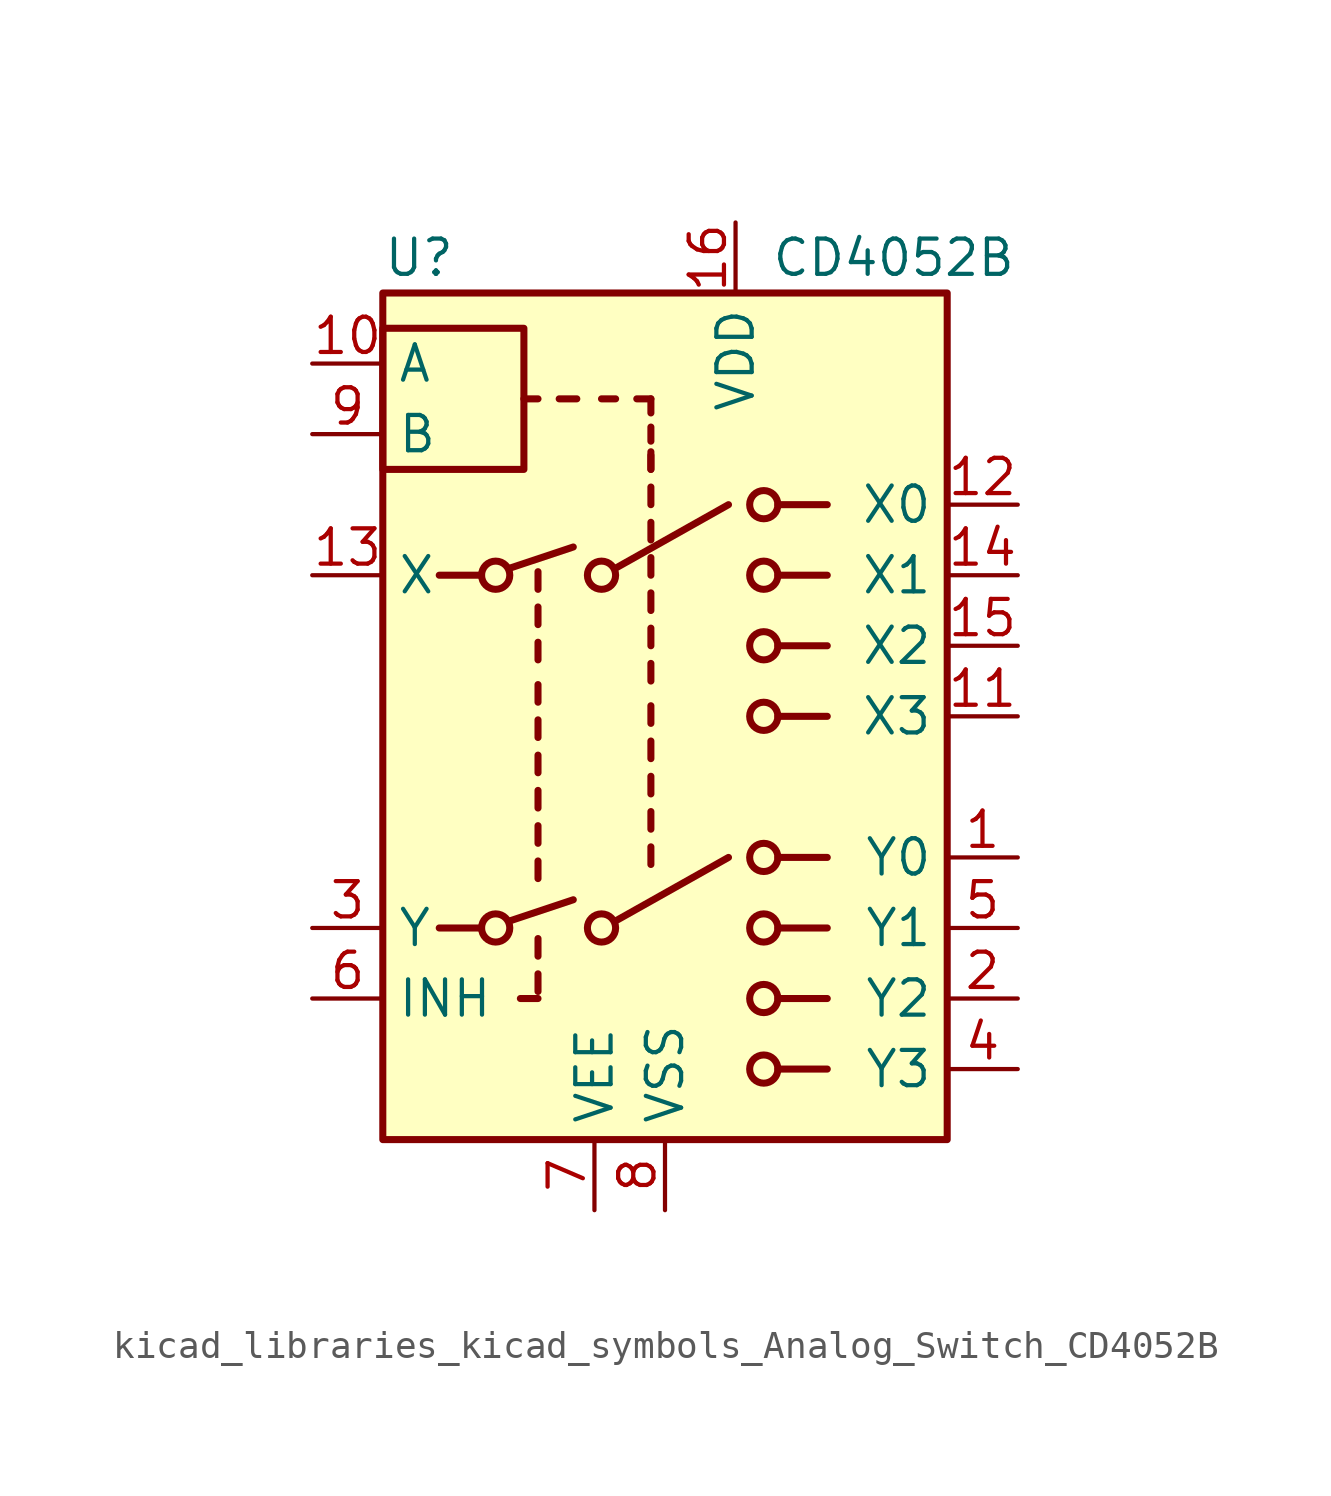
<source format=kicad_sym>
(kicad_symbol_lib
  (version 20220914)
  (generator kicad_symbol_editor)
  (symbol "kicad_libraries_kicad_symbols_Analog_Switch_CD4052B"
    (property "Reference" "U"
      (at -10.16 16.51 0)
      (effects (font (size 1.27 1.27)) (justify left)))
    (property "Value" "CD4052B"
      (at 3.81 16.51 0)
      (effects (font (size 1.27 1.27)) (justify left)))
    (symbol "kicad_libraries_kicad_symbols_Analog_Switch_CD4052B_0_1"
      (rectangle (start -10.16 8.89) (end -5.08 13.97) (stroke (width 0.254) (type default)) (fill (type none)))
      (rectangle (start -10.16 15.24) (end 10.16 -15.24) (stroke (width 0.254) (type default)) (fill (type background)))
      (circle (center -6.096 -7.62) (radius 0.508) (stroke (width 0.254) (type default)) (fill (type none)))
      (circle (center -6.096 5.08) (radius 0.508) (stroke (width 0.254) (type default)) (fill (type none)))
      (circle (center -2.286 -7.62) (radius 0.508) (stroke (width 0.254) (type default)) (fill (type none)))
      (circle (center -2.286 5.08) (radius 0.508) (stroke (width 0.254) (type default)) (fill (type none)))
      (polyline (pts (xy -8.128 -7.62) (xy -6.604 -7.62)) (stroke (width 0.254) (type default)) (fill (type none)))
      (polyline (pts (xy -8.128 5.08) (xy -6.604 5.08)) (stroke (width 0.254) (type default)) (fill (type none)))
      (polyline (pts (xy -5.588 -7.366) (xy -3.302 -6.604)) (stroke (width 0.254) (type default)) (fill (type none)))
      (polyline (pts (xy -5.588 5.334) (xy -3.302 6.096)) (stroke (width 0.254) (type default)) (fill (type none)))
      (polyline (pts (xy -4.572 -10.16) (xy -5.207 -10.16)) (stroke (width 0.254) (type default)) (fill (type none)))
      (polyline (pts (xy -4.572 -9.906) (xy -4.572 -9.271)) (stroke (width 0.254) (type default)) (fill (type none)))
      (polyline (pts (xy -4.572 -8.636) (xy -4.572 -8.001)) (stroke (width 0.254) (type default)) (fill (type none)))
      (polyline (pts (xy -4.572 -5.842) (xy -4.572 -5.207)) (stroke (width 0.254) (type default)) (fill (type none)))
      (polyline (pts (xy -4.572 -4.572) (xy -4.572 -3.937)) (stroke (width 0.254) (type default)) (fill (type none)))
      (polyline (pts (xy -4.572 -3.302) (xy -4.572 -2.667)) (stroke (width 0.254) (type default)) (fill (type none)))
      (polyline (pts (xy -4.572 -2.032) (xy -4.572 -1.397)) (stroke (width 0.254) (type default)) (fill (type none)))
      (polyline (pts (xy -4.572 -0.762) (xy -4.572 -0.127)) (stroke (width 0.254) (type default)) (fill (type none)))
      (polyline (pts (xy -4.572 0.508) (xy -4.572 1.143)) (stroke (width 0.254) (type default)) (fill (type none)))
      (polyline (pts (xy -4.572 2.032) (xy -4.572 2.667)) (stroke (width 0.254) (type default)) (fill (type none)))
      (polyline (pts (xy -4.572 3.302) (xy -4.572 3.937)) (stroke (width 0.254) (type default)) (fill (type none)))
      (polyline (pts (xy -4.572 4.572) (xy -4.572 5.207)) (stroke (width 0.254) (type default)) (fill (type none)))
      (polyline (pts (xy -4.572 11.43) (xy -5.08 11.43)) (stroke (width 0.254) (type default)) (fill (type none)))
      (polyline (pts (xy -3.81 11.43) (xy -3.175 11.43)) (stroke (width 0.254) (type default)) (fill (type none)))
      (polyline (pts (xy -1.778 -7.366) (xy 2.286 -5.08)) (stroke (width 0.254) (type default)) (fill (type none)))
      (polyline (pts (xy -1.778 5.334) (xy 2.286 7.62)) (stroke (width 0.254) (type default)) (fill (type none)))
      (polyline (pts (xy -1.778 11.43) (xy -2.286 11.43)) (stroke (width 0.254) (type default)) (fill (type none)))
      (polyline (pts (xy -0.508 -5.334) (xy -0.508 -4.699)) (stroke (width 0.254) (type default)) (fill (type none)))
      (polyline (pts (xy -0.508 -4.064) (xy -0.508 -3.429)) (stroke (width 0.254) (type default)) (fill (type none)))
      (polyline (pts (xy -0.508 -2.794) (xy -0.508 -2.159)) (stroke (width 0.254) (type default)) (fill (type none)))
      (polyline (pts (xy -0.508 -1.524) (xy -0.508 -0.889)) (stroke (width 0.254) (type default)) (fill (type none)))
      (polyline (pts (xy -0.508 -0.254) (xy -0.508 0.381)) (stroke (width 0.254) (type default)) (fill (type none)))
      (polyline (pts (xy -0.508 1.27) (xy -0.508 1.905)) (stroke (width 0.254) (type default)) (fill (type none)))
      (polyline (pts (xy -0.508 2.54) (xy -0.508 3.175)) (stroke (width 0.254) (type default)) (fill (type none)))
      (polyline (pts (xy -0.508 3.81) (xy -0.508 4.445)) (stroke (width 0.254) (type default)) (fill (type none)))
      (polyline (pts (xy -0.508 5.08) (xy -0.508 5.715)) (stroke (width 0.254) (type default)) (fill (type none)))
      (polyline (pts (xy -0.508 6.35) (xy -0.508 6.985)) (stroke (width 0.254) (type default)) (fill (type none)))
      (polyline (pts (xy -0.508 7.62) (xy -0.508 8.255)) (stroke (width 0.254) (type default)) (fill (type none)))
      (polyline (pts (xy -0.508 8.89) (xy -0.508 9.398)) (stroke (width 0.254) (type default)) (fill (type none)))
      (polyline (pts (xy -0.508 8.89) (xy -0.508 9.525)) (stroke (width 0.254) (type default)) (fill (type none)))
      (polyline (pts (xy -0.508 9.906) (xy -0.508 10.414)) (stroke (width 0.254) (type default)) (fill (type none)))
      (polyline (pts (xy -0.508 10.922) (xy -0.508 11.43)) (stroke (width 0.254) (type default)) (fill (type none)))
      (polyline (pts (xy -0.508 11.43) (xy -1.016 11.43)) (stroke (width 0.254) (type default)) (fill (type none)))
      (polyline (pts (xy 4.064 -12.7) (xy 5.842 -12.7)) (stroke (width 0.254) (type default)) (fill (type none)))
      (polyline (pts (xy 4.064 -10.16) (xy 5.842 -10.16)) (stroke (width 0.254) (type default)) (fill (type none)))
      (polyline (pts (xy 4.064 -7.62) (xy 5.842 -7.62)) (stroke (width 0.254) (type default)) (fill (type none)))
      (polyline (pts (xy 4.064 -5.08) (xy 5.842 -5.08)) (stroke (width 0.254) (type default)) (fill (type none)))
      (polyline (pts (xy 4.064 0) (xy 5.842 0)) (stroke (width 0.254) (type default)) (fill (type none)))
      (polyline (pts (xy 4.064 2.54) (xy 5.842 2.54)) (stroke (width 0.254) (type default)) (fill (type none)))
      (polyline (pts (xy 4.064 5.08) (xy 5.842 5.08)) (stroke (width 0.254) (type default)) (fill (type none)))
      (polyline (pts (xy 4.064 7.62) (xy 5.842 7.62)) (stroke (width 0.254) (type default)) (fill (type none)))
      (circle (center 3.556 -12.7) (radius 0.508) (stroke (width 0.254) (type default)) (fill (type none)))
      (circle (center 3.556 -10.16) (radius 0.508) (stroke (width 0.254) (type default)) (fill (type none)))
      (circle (center 3.556 -7.62) (radius 0.508) (stroke (width 0.254) (type default)) (fill (type none)))
      (circle (center 3.556 -5.08) (radius 0.508) (stroke (width 0.254) (type default)) (fill (type none)))
      (circle (center 3.556 0) (radius 0.508) (stroke (width 0.254) (type default)) (fill (type none)))
      (circle (center 3.556 2.54) (radius 0.508) (stroke (width 0.254) (type default)) (fill (type none)))
      (circle (center 3.556 5.08) (radius 0.508) (stroke (width 0.254) (type default)) (fill (type none)))
      (circle (center 3.556 7.62) (radius 0.508) (stroke (width 0.254) (type default)) (fill (type none))))
    (symbol "kicad_libraries_kicad_symbols_Analog_Switch_CD4052B_1_1"
      (pin bidirectional line (at 12.7 -5.08 180) (length 2.54) (name "Y0" (effects (font (size 1.27 1.27)))) (number "1" (effects (font (size 1.27 1.27)))))
      (pin input line (at -12.7 12.7 0) (length 2.54) (name "A" (effects (font (size 1.27 1.27)))) (number "10" (effects (font (size 1.27 1.27)))))
      (pin bidirectional line (at 12.7 0 180) (length 2.54) (name "X3" (effects (font (size 1.27 1.27)))) (number "11" (effects (font (size 1.27 1.27)))))
      (pin bidirectional line (at 12.7 7.62 180) (length 2.54) (name "X0" (effects (font (size 1.27 1.27)))) (number "12" (effects (font (size 1.27 1.27)))))
      (pin bidirectional line (at -12.7 5.08 0) (length 2.54) (name "X" (effects (font (size 1.27 1.27)))) (number "13" (effects (font (size 1.27 1.27)))))
      (pin bidirectional line (at 12.7 5.08 180) (length 2.54) (name "X1" (effects (font (size 1.27 1.27)))) (number "14" (effects (font (size 1.27 1.27)))))
      (pin bidirectional line (at 12.7 2.54 180) (length 2.54) (name "X2" (effects (font (size 1.27 1.27)))) (number "15" (effects (font (size 1.27 1.27)))))
      (pin power_in line (at 2.54 17.78 270) (length 2.54) (name "VDD" (effects (font (size 1.27 1.27)))) (number "16" (effects (font (size 1.27 1.27)))))
      (pin bidirectional line (at 12.7 -10.16 180) (length 2.54) (name "Y2" (effects (font (size 1.27 1.27)))) (number "2" (effects (font (size 1.27 1.27)))))
      (pin bidirectional line (at -12.7 -7.62 0) (length 2.54) (name "Y" (effects (font (size 1.27 1.27)))) (number "3" (effects (font (size 1.27 1.27)))))
      (pin bidirectional line (at 12.7 -12.7 180) (length 2.54) (name "Y3" (effects (font (size 1.27 1.27)))) (number "4" (effects (font (size 1.27 1.27)))))
      (pin bidirectional line (at 12.7 -7.62 180) (length 2.54) (name "Y1" (effects (font (size 1.27 1.27)))) (number "5" (effects (font (size 1.27 1.27)))))
      (pin input line (at -12.7 -10.16 0) (length 2.54) (name "INH" (effects (font (size 1.27 1.27)))) (number "6" (effects (font (size 1.27 1.27)))))
      (pin power_in line (at -2.54 -17.78 90) (length 2.54) (name "VEE" (effects (font (size 1.27 1.27)))) (number "7" (effects (font (size 1.27 1.27)))))
      (pin power_in line (at 0 -17.78 90) (length 2.54) (name "VSS" (effects (font (size 1.27 1.27)))) (number "8" (effects (font (size 1.27 1.27)))))
      (pin input line (at -12.7 10.16 0) (length 2.54) (name "B" (effects (font (size 1.27 1.27)))) (number "9" (effects (font (size 1.27 1.27))))))))
</source>
